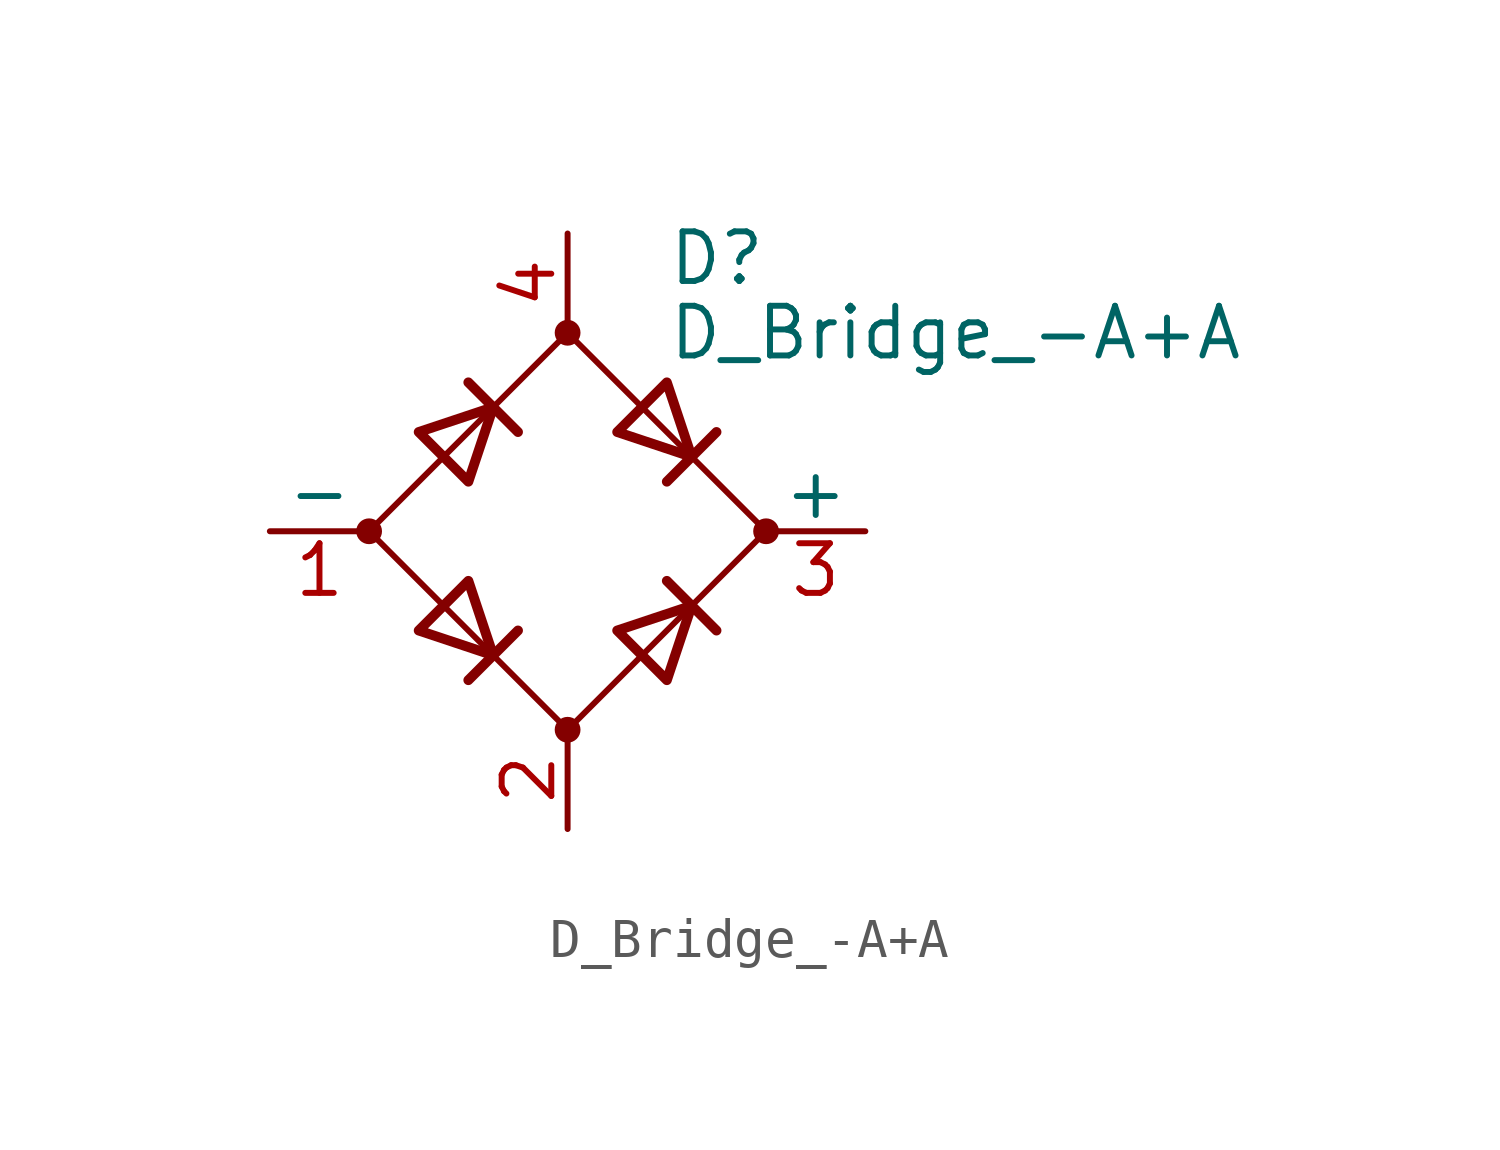
<source format=kicad_sym>
(kicad_symbol_lib
  (version 20241209)
  (generator "kicad_symbol_editor")
  (generator_version "9.0")
  (symbol "D_Bridge_-A+A"
    (pin_names
      (offset 0))
    (property "Reference" "D"
      (at 2.54 6.985 0)
      (effects (font (size 1.27 1.27)) (justify left)))
    (property "Value" "D_Bridge_-A+A"
      (at 2.54 5.08 0)
      (effects (font (size 1.27 1.27)) (justify left)))
    (symbol "D_Bridge_-A+A_0_1"
      (circle (center -5.08 0) (radius 0.254) (stroke (width 0) (type solid)) (fill (type outline)))
      (polyline (pts (xy -5.08 0) (xy 0 -5.08) (xy 5.08 0) (xy 0 5.08) (xy -5.08 0)) (stroke (width 0) (type solid)) (fill (type none)))
      (polyline (pts (xy -3.81 2.54) (xy -2.54 1.27) (xy -1.905 3.175) (xy -3.81 2.54)) (stroke (width 0.254) (type solid)) (fill (type none)))
      (polyline (pts (xy -2.54 3.81) (xy -1.27 2.54)) (stroke (width 0.254) (type solid)) (fill (type none)))
      (polyline (pts (xy -2.54 -1.27) (xy -3.81 -2.54) (xy -1.905 -3.175) (xy -2.54 -1.27)) (stroke (width 0.254) (type solid)) (fill (type none)))
      (polyline (pts (xy -1.27 -2.54) (xy -2.54 -3.81)) (stroke (width 0.254) (type solid)) (fill (type none)))
      (circle (center 0 5.08) (radius 0.254) (stroke (width 0) (type solid)) (fill (type outline)))
      (circle (center 0 -5.08) (radius 0.254) (stroke (width 0) (type solid)) (fill (type outline)))
      (polyline (pts (xy 1.27 2.54) (xy 2.54 3.81) (xy 3.175 1.905) (xy 1.27 2.54)) (stroke (width 0.254) (type solid)) (fill (type none)))
      (polyline (pts (xy 2.54 1.27) (xy 3.81 2.54)) (stroke (width 0.254) (type solid)) (fill (type none)))
      (polyline (pts (xy 2.54 -1.27) (xy 3.81 -2.54)) (stroke (width 0.254) (type solid)) (fill (type none)))
      (polyline (pts (xy 3.175 -1.905) (xy 1.27 -2.54) (xy 2.54 -3.81) (xy 3.175 -1.905)) (stroke (width 0.254) (type solid)) (fill (type none)))
      (circle (center 5.08 0) (radius 0.254) (stroke (width 0) (type solid)) (fill (type outline))))
    (symbol "D_Bridge_-A+A_1_1"
      (pin passive line (at -7.62 0 0) (length 2.54) (name "-" (effects (font (size 1.27 1.27)))) (number "1" (effects (font (size 1.27 1.27)))))
      (pin passive line (at 0 7.62 270) (length 2.54) (name "~" (effects (font (size 1.27 1.27)))) (number "4" (effects (font (size 1.27 1.27)))))
      (pin passive line (at 0 -7.62 90) (length 2.54) (name "~" (effects (font (size 1.27 1.27)))) (number "2" (effects (font (size 1.27 1.27)))))
      (pin passive line (at 7.62 0 180) (length 2.54) (name "+" (effects (font (size 1.27 1.27)))) (number "3" (effects (font (size 1.27 1.27))))))))
</source>
